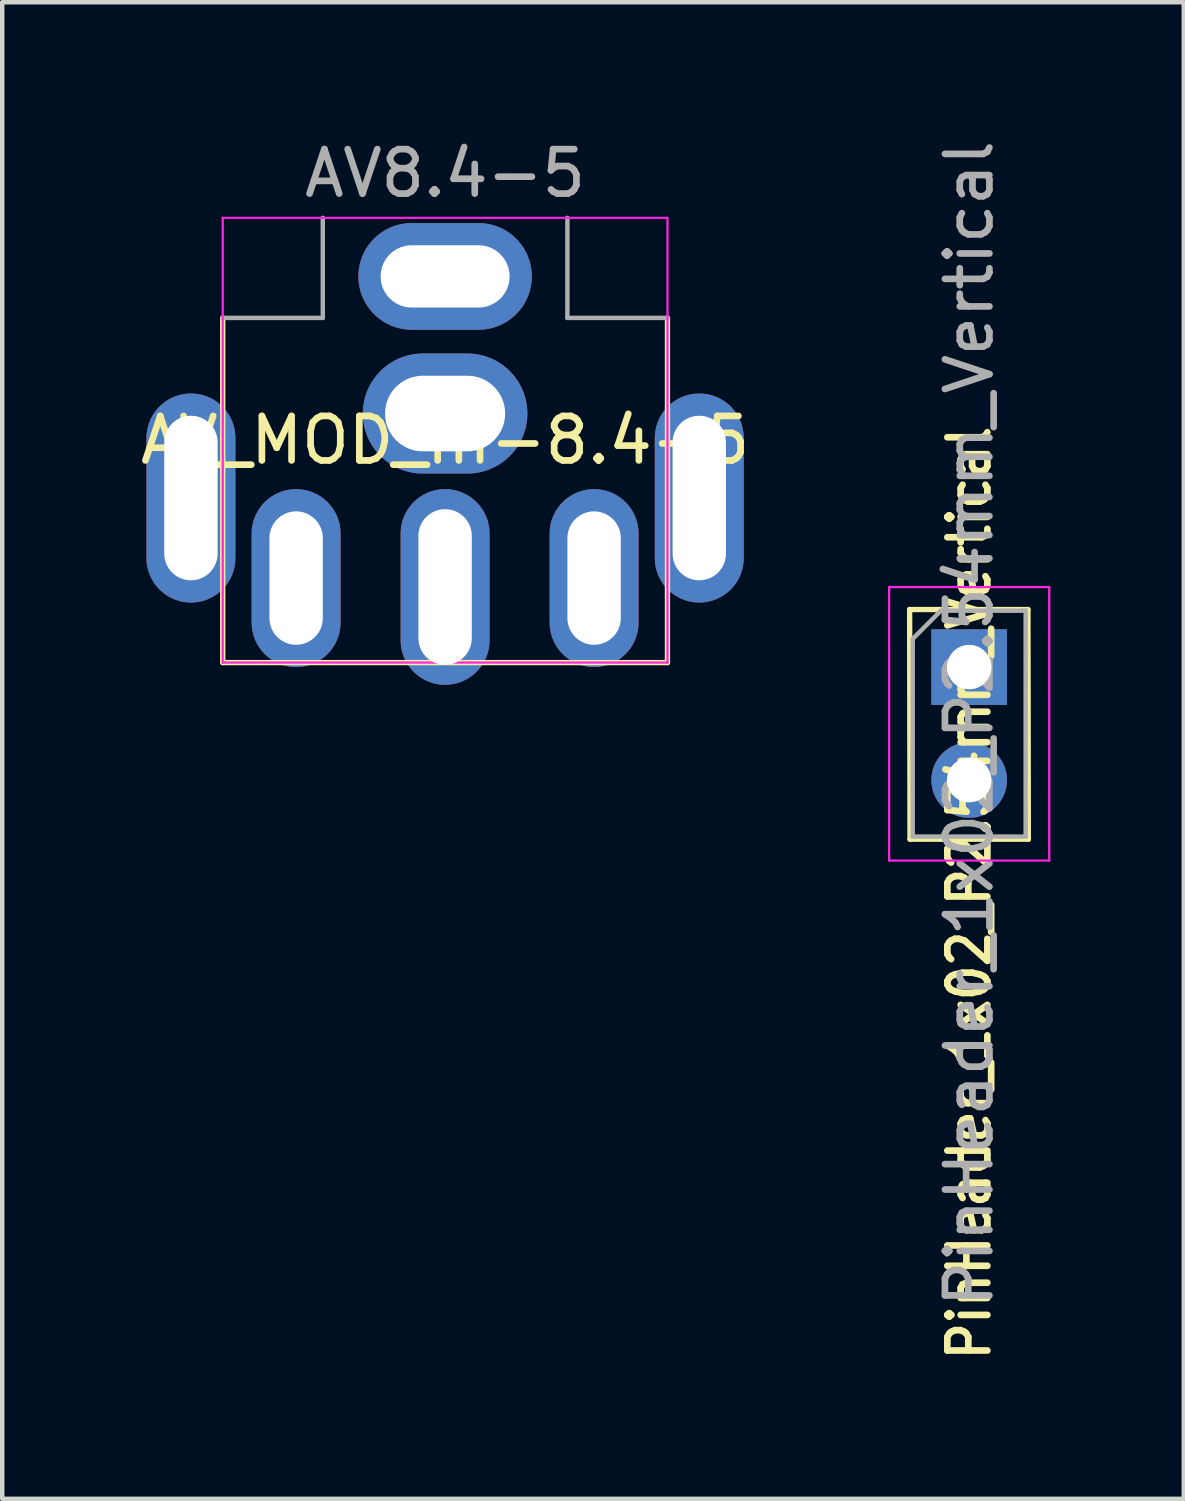
<source format=kicad_pcb>
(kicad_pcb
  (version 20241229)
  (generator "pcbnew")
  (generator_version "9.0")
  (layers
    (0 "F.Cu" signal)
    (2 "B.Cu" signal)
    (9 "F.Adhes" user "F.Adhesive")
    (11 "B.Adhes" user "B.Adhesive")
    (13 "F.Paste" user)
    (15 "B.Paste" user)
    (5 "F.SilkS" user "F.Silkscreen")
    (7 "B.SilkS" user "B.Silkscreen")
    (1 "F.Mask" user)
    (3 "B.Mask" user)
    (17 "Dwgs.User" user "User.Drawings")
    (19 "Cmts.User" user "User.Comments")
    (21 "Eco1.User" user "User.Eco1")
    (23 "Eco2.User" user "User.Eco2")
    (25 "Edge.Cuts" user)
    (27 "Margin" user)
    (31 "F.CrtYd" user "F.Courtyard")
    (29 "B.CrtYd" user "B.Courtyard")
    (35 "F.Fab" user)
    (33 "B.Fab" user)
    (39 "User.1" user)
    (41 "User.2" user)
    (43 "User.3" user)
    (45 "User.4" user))
  (footprint "PinHeader_1x02_P2.54mm_Vertical"
    (layer "F.Cu")
    (at 18.742 11.95)
    (property "Reference" "PinHeader_1x02_P2.54mm_Vertical" (at 0 5.08 270) (layer "F.SilkS") (effects (font (size 0.9 0.8) (thickness 0.15))))
    (attr through_hole)
    (fp_line (start -1.339 -1.295) (end -1.33 3.87) (stroke (width 0.12) (type solid)) (layer "F.SilkS"))
    (fp_line (start -1.339 -1.295) (end 1.321 -1.295) (stroke (width 0.12) (type solid)) (layer "F.SilkS"))
    (fp_line (start -1.33 3.87) (end 1.33 3.87) (stroke (width 0.12) (type solid)) (layer "F.SilkS"))
    (fp_line (start 1.321 -1.295) (end 1.33 3.87) (stroke (width 0.12) (type solid)) (layer "F.SilkS"))
    (fp_line (start -1.8 -1.8) (end -1.8 4.35) (stroke (width 0.05) (type solid)) (layer "F.CrtYd"))
    (fp_line (start -1.8 4.35) (end 1.8 4.35) (stroke (width 0.05) (type solid)) (layer "F.CrtYd"))
    (fp_line (start 1.8 -1.8) (end -1.8 -1.8) (stroke (width 0.05) (type solid)) (layer "F.CrtYd"))
    (fp_line (start 1.8 4.35) (end 1.8 -1.8) (stroke (width 0.05) (type solid)) (layer "F.CrtYd"))
    (fp_line (start -1.27 -0.635) (end -0.635 -1.27) (stroke (width 0.1) (type solid)) (layer "F.Fab"))
    (fp_line (start -1.27 3.81) (end -1.27 -0.635) (stroke (width 0.1) (type solid)) (layer "F.Fab"))
    (fp_line (start -0.635 -1.27) (end 1.27 -1.27) (stroke (width 0.1) (type solid)) (layer "F.Fab"))
    (fp_line (start 1.27 -1.27) (end 1.27 3.81) (stroke (width 0.1) (type solid)) (layer "F.Fab"))
    (fp_line (start 1.27 3.81) (end -1.27 3.81) (stroke (width 0.1) (type solid)) (layer "F.Fab"))
    (fp_text user "${REFERENCE}" (at 0 1.27 270) (layer "F.Fab") (effects (font (size 1 1) (thickness 0.15))))
    (pad "1" thru_hole rect (at 0 0) (size 1.7 1.7) (drill 1) (layers "*.Cu" "*.Mask"))
    (pad "2" thru_hole oval (at 0 2.54) (size 1.7 1.7) (drill 1) (layers "*.Cu" "*.Mask")))
  (footprint "AV_MOD_III-8.4-5"
    (layer "F.Cu")
    (at 6.958 6.848)
    (property "Reference" "AV_MOD_III-8.4-5" (at 0 0 0) (layer "F.SilkS") (effects (font (size 1 1) (thickness 0.15))))
    (attr through_hole)
    (fp_line (start -5 5) (end -5 -2.75) (stroke (width 0.12) (type solid)) (layer "F.SilkS"))
    (fp_line (start 5 -2.75) (end 5 5) (stroke (width 0.12) (type solid)) (layer "F.SilkS"))
    (fp_line (start 5 5) (end -5 5) (stroke (width 0.12) (type solid)) (layer "F.SilkS"))
    (fp_line (start -5 -5) (end -5 5) (stroke (width 0.05) (type solid)) (layer "F.CrtYd"))
    (fp_line (start 5 -5) (end -5 -5) (stroke (width 0.05) (type solid)) (layer "F.CrtYd"))
    (fp_line (start 5 5) (end -5 5) (stroke (width 0.05) (type solid)) (layer "F.CrtYd"))
    (fp_line (start 5 5) (end 5 -5) (stroke (width 0.05) (type solid)) (layer "F.CrtYd"))
    (fp_line (start -2.75 -5) (end -2.75 -2.75) (stroke (width 0.1) (type solid)) (layer "F.Fab"))
    (fp_line (start -2.75 -2.75) (end -5 -2.75) (stroke (width 0.1) (type solid)) (layer "F.Fab"))
    (fp_line (start 2.75 -5) (end 2.75 -2.75) (stroke (width 0.1) (type solid)) (layer "F.Fab"))
    (fp_line (start 2.75 -2.75) (end 5 -2.75) (stroke (width 0.1) (type solid)) (layer "F.Fab"))
    (fp_text user "AV8.4-5" (at 0 -6 0) (layer "F.Fab") (effects (font (size 1 1) (thickness 0.15))))
    (pad "1" thru_hole oval (at -3.35 3.1) (size 2 4) (drill oval 1.2 3) (layers "*.Cu" "*.Mask"))
    (pad "1" thru_hole oval (at 0 3.3) (size 2 4.4) (drill oval 1.2 3.5) (layers "*.Cu" "*.Mask"))
    (pad "1" thru_hole oval (at 3.35 3.1) (size 2 4) (drill oval 1.2 3) (layers "*.Cu" "*.Mask"))
    (pad "2" thru_hole oval (at -5.715 1.3) (size 2 4.7) (drill oval 1.2 3.7) (layers "*.Cu" "*.Mask"))
    (pad "2" thru_hole oval (at 0 -3.683) (size 3.9 2.4) (drill oval 2.9 1.4) (layers "*.Cu" "*.Mask"))
    (pad "2" thru_hole oval (at 0 -0.6) (size 3.7 2.7) (drill oval 2.7 1.7) (layers "*.Cu" "*.Mask"))
    (pad "2" thru_hole oval (at 5.715 1.3) (size 2 4.7) (drill oval 1.2 3.7) (layers "*.Cu" "*.Mask")))
  (gr_rect
    (start -3 -3)
    (end 23.567 30.651)
    (stroke (width 0.1) (type default))
    (fill no)
    (layer "Edge.Cuts")))
</source>
